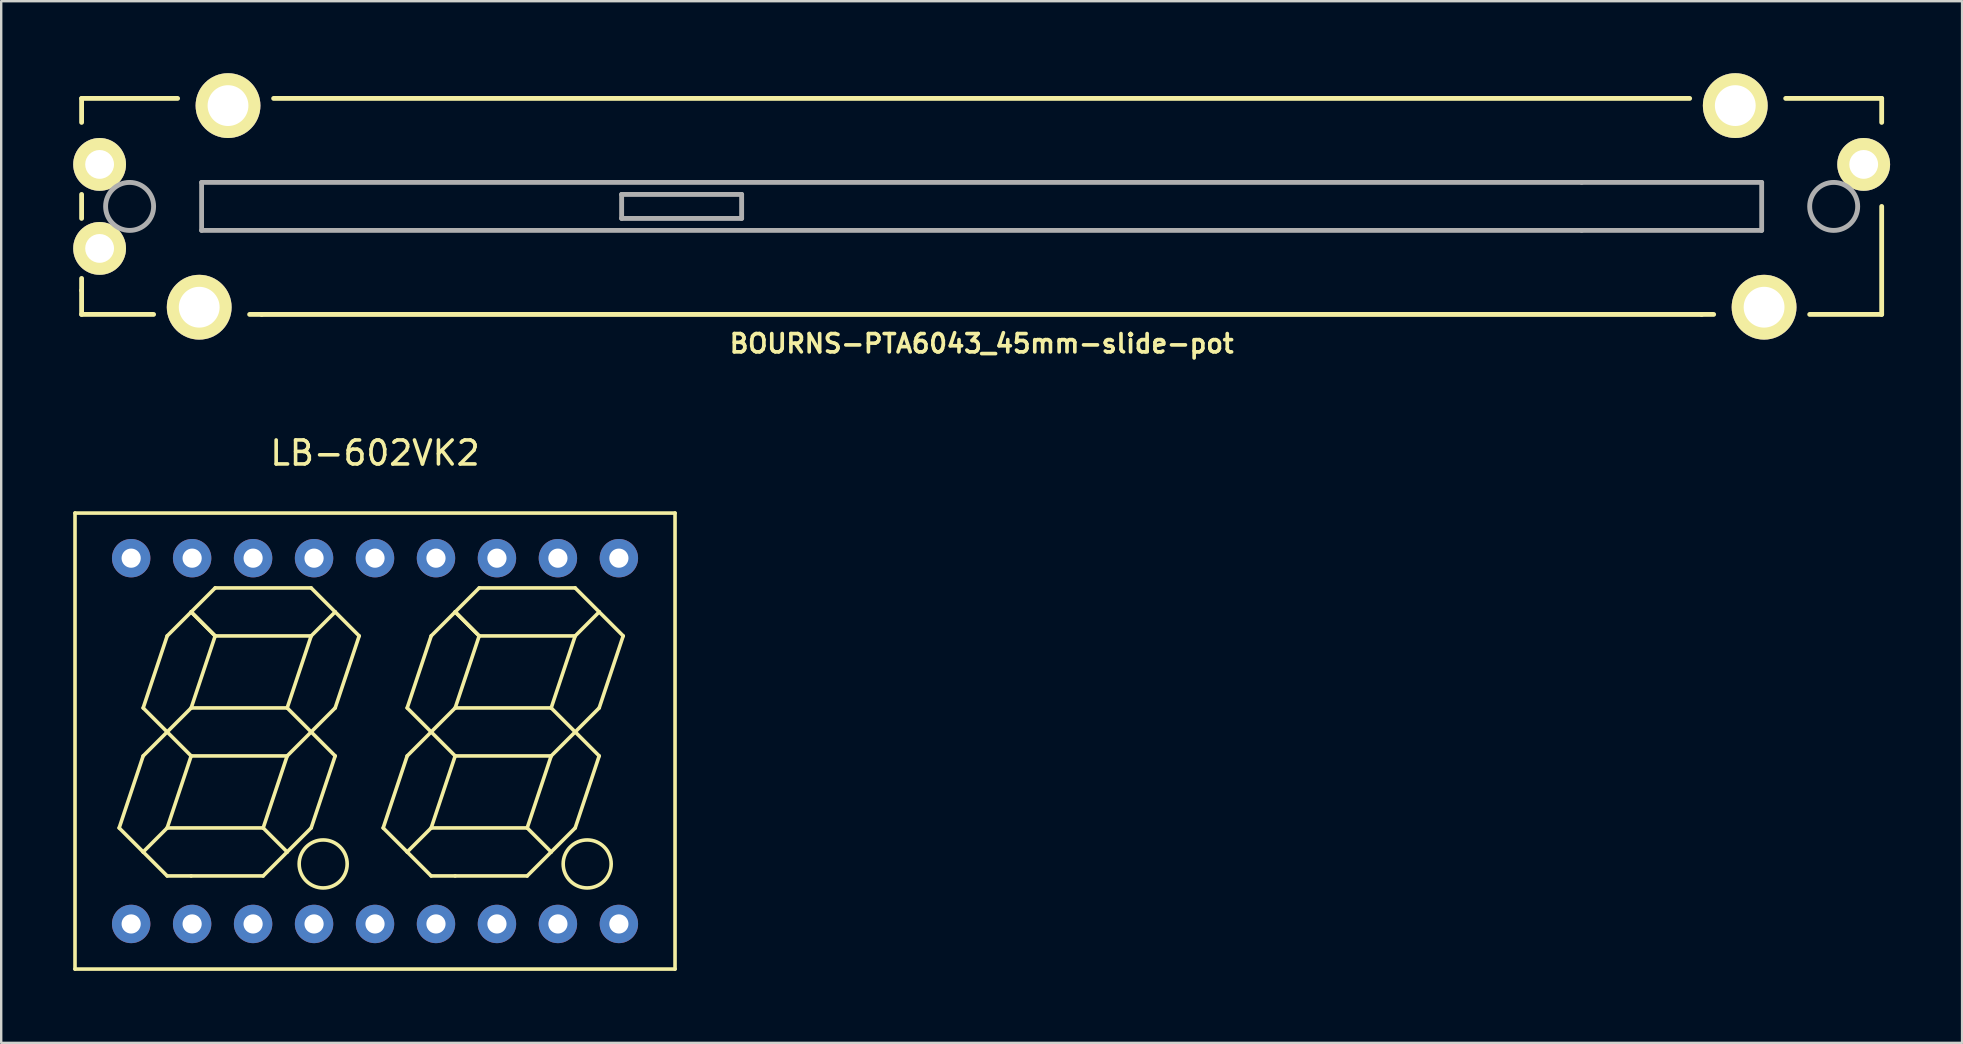
<source format=kicad_pcb>
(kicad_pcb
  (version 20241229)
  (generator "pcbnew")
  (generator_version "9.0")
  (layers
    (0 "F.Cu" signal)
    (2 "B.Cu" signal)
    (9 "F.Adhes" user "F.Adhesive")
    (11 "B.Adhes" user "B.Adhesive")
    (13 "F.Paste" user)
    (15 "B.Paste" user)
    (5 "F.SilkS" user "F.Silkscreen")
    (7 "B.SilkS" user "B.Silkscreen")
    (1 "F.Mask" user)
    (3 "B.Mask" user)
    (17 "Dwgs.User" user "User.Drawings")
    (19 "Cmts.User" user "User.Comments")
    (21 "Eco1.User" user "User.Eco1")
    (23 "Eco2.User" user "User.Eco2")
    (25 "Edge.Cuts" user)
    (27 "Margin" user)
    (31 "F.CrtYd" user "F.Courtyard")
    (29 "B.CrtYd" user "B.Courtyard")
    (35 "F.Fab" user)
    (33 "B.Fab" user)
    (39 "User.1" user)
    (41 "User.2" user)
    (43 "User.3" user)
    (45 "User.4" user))
  (footprint "LB-602VK2"
    (layer "F.Cu")
    (at 12.575 27.826)
    (property "Reference" "LB-602VK2" (at 0 -12 0) (layer "F.SilkS") (effects (font (size 1 1) (thickness 0.15))))
    (attr through_hole)
    (fp_line (start -12.5 -9.5) (end -12.5 9.5) (stroke (width 0.15) (type solid)) (layer "F.SilkS"))
    (fp_line (start -12.5 9.5) (end 12.5 9.5) (stroke (width 0.15) (type solid)) (layer "F.SilkS"))
    (fp_line (start -10.66 3.62) (end -9.66 0.62) (stroke (width 0.15) (type solid)) (layer "F.SilkS"))
    (fp_line (start -9.66 -1.38) (end -8.66 -4.38) (stroke (width 0.15) (type solid)) (layer "F.SilkS"))
    (fp_line (start -9.66 0.62) (end -8.66 -0.38) (stroke (width 0.15) (type solid)) (layer "F.SilkS"))
    (fp_line (start -9.66 4.62) (end -10.66 3.62) (stroke (width 0.15) (type solid)) (layer "F.SilkS"))
    (fp_line (start -9.66 4.62) (end -8.66 3.62) (stroke (width 0.15) (type solid)) (layer "F.SilkS"))
    (fp_line (start -8.66 -4.38) (end -7.66 -5.38) (stroke (width 0.15) (type solid)) (layer "F.SilkS"))
    (fp_line (start -8.66 -0.38) (end -9.66 -1.38) (stroke (width 0.15) (type solid)) (layer "F.SilkS"))
    (fp_line (start -8.66 -0.38) (end -7.66 0.62) (stroke (width 0.15) (type solid)) (layer "F.SilkS"))
    (fp_line (start -8.66 3.62) (end -4.66 3.62) (stroke (width 0.15) (type solid)) (layer "F.SilkS"))
    (fp_line (start -8.66 5.62) (end -9.66 4.62) (stroke (width 0.15) (type solid)) (layer "F.SilkS"))
    (fp_line (start -7.66 -5.38) (end -6.66 -4.38) (stroke (width 0.15) (type solid)) (layer "F.SilkS"))
    (fp_line (start -7.66 -5.38) (end -6.66 -4.38) (stroke (width 0.15) (type solid)) (layer "F.SilkS"))
    (fp_line (start -7.66 -1.38) (end -8.66 -0.38) (stroke (width 0.15) (type solid)) (layer "F.SilkS"))
    (fp_line (start -7.66 -1.38) (end -3.66 -1.38) (stroke (width 0.15) (type solid)) (layer "F.SilkS"))
    (fp_line (start -7.66 0.62) (end -8.66 3.62) (stroke (width 0.15) (type solid)) (layer "F.SilkS"))
    (fp_line (start -7.66 5.62) (end -8.66 5.62) (stroke (width 0.15) (type solid)) (layer "F.SilkS"))
    (fp_line (start -6.66 -6.38) (end -7.66 -5.38) (stroke (width 0.15) (type solid)) (layer "F.SilkS"))
    (fp_line (start -6.66 -4.38) (end -7.66 -1.38) (stroke (width 0.15) (type solid)) (layer "F.SilkS"))
    (fp_line (start -6.66 -4.38) (end -2.66 -4.38) (stroke (width 0.15) (type solid)) (layer "F.SilkS"))
    (fp_line (start -4.66 3.62) (end -3.66 4.62) (stroke (width 0.15) (type solid)) (layer "F.SilkS"))
    (fp_line (start -4.66 5.62) (end -7.66 5.62) (stroke (width 0.15) (type solid)) (layer "F.SilkS"))
    (fp_line (start -3.66 -1.38) (end -2.66 -4.38) (stroke (width 0.15) (type solid)) (layer "F.SilkS"))
    (fp_line (start -3.66 0.62) (end -7.66 0.62) (stroke (width 0.15) (type solid)) (layer "F.SilkS"))
    (fp_line (start -3.66 0.62) (end -4.66 3.62) (stroke (width 0.15) (type solid)) (layer "F.SilkS"))
    (fp_line (start -3.66 4.62) (end -4.66 5.62) (stroke (width 0.15) (type solid)) (layer "F.SilkS"))
    (fp_line (start -3.66 4.62) (end -2.66 3.62) (stroke (width 0.15) (type solid)) (layer "F.SilkS"))
    (fp_line (start -2.66 -6.38) (end -6.66 -6.38) (stroke (width 0.15) (type solid)) (layer "F.SilkS"))
    (fp_line (start -2.66 -4.38) (end -1.66 -5.38) (stroke (width 0.15) (type solid)) (layer "F.SilkS"))
    (fp_line (start -2.66 -0.38) (end -3.66 -1.38) (stroke (width 0.15) (type solid)) (layer "F.SilkS"))
    (fp_line (start -2.66 -0.38) (end -3.66 0.62) (stroke (width 0.15) (type solid)) (layer "F.SilkS"))
    (fp_line (start -2.66 3.62) (end -1.66 0.62) (stroke (width 0.15) (type solid)) (layer "F.SilkS"))
    (fp_line (start -1.66 -5.38) (end -2.66 -6.38) (stroke (width 0.15) (type solid)) (layer "F.SilkS"))
    (fp_line (start -1.66 -5.38) (end -0.66 -4.38) (stroke (width 0.15) (type solid)) (layer "F.SilkS"))
    (fp_line (start -1.66 -1.38) (end -2.66 -0.38) (stroke (width 0.15) (type solid)) (layer "F.SilkS"))
    (fp_line (start -1.66 0.62) (end -2.66 -0.38) (stroke (width 0.15) (type solid)) (layer "F.SilkS"))
    (fp_line (start -0.66 -4.38) (end -1.66 -1.38) (stroke (width 0.15) (type solid)) (layer "F.SilkS"))
    (fp_line (start 0.34 3.62) (end 1.34 0.62) (stroke (width 0.15) (type solid)) (layer "F.SilkS"))
    (fp_line (start 1.34 -1.38) (end 2.34 -4.38) (stroke (width 0.15) (type solid)) (layer "F.SilkS"))
    (fp_line (start 1.34 0.62) (end 2.34 -0.38) (stroke (width 0.15) (type solid)) (layer "F.SilkS"))
    (fp_line (start 1.34 4.62) (end 0.34 3.62) (stroke (width 0.15) (type solid)) (layer "F.SilkS"))
    (fp_line (start 1.34 4.62) (end 2.34 3.62) (stroke (width 0.15) (type solid)) (layer "F.SilkS"))
    (fp_line (start 2.34 -4.38) (end 3.34 -5.38) (stroke (width 0.15) (type solid)) (layer "F.SilkS"))
    (fp_line (start 2.34 -0.38) (end 1.34 -1.38) (stroke (width 0.15) (type solid)) (layer "F.SilkS"))
    (fp_line (start 2.34 -0.38) (end 3.34 0.62) (stroke (width 0.15) (type solid)) (layer "F.SilkS"))
    (fp_line (start 2.34 3.62) (end 6.34 3.62) (stroke (width 0.15) (type solid)) (layer "F.SilkS"))
    (fp_line (start 2.34 5.62) (end 1.34 4.62) (stroke (width 0.15) (type solid)) (layer "F.SilkS"))
    (fp_line (start 3.34 -5.38) (end 4.34 -4.38) (stroke (width 0.15) (type solid)) (layer "F.SilkS"))
    (fp_line (start 3.34 -5.38) (end 4.34 -4.38) (stroke (width 0.15) (type solid)) (layer "F.SilkS"))
    (fp_line (start 3.34 -1.38) (end 2.34 -0.38) (stroke (width 0.15) (type solid)) (layer "F.SilkS"))
    (fp_line (start 3.34 -1.38) (end 7.34 -1.38) (stroke (width 0.15) (type solid)) (layer "F.SilkS"))
    (fp_line (start 3.34 0.62) (end 2.34 3.62) (stroke (width 0.15) (type solid)) (layer "F.SilkS"))
    (fp_line (start 3.34 5.62) (end 2.34 5.62) (stroke (width 0.15) (type solid)) (layer "F.SilkS"))
    (fp_line (start 4.34 -6.38) (end 3.34 -5.38) (stroke (width 0.15) (type solid)) (layer "F.SilkS"))
    (fp_line (start 4.34 -4.38) (end 3.34 -1.38) (stroke (width 0.15) (type solid)) (layer "F.SilkS"))
    (fp_line (start 4.34 -4.38) (end 8.34 -4.38) (stroke (width 0.15) (type solid)) (layer "F.SilkS"))
    (fp_line (start 6.34 3.62) (end 7.34 4.62) (stroke (width 0.15) (type solid)) (layer "F.SilkS"))
    (fp_line (start 6.34 5.62) (end 3.34 5.62) (stroke (width 0.15) (type solid)) (layer "F.SilkS"))
    (fp_line (start 7.34 -1.38) (end 8.34 -4.38) (stroke (width 0.15) (type solid)) (layer "F.SilkS"))
    (fp_line (start 7.34 0.62) (end 3.34 0.62) (stroke (width 0.15) (type solid)) (layer "F.SilkS"))
    (fp_line (start 7.34 0.62) (end 6.34 3.62) (stroke (width 0.15) (type solid)) (layer "F.SilkS"))
    (fp_line (start 7.34 4.62) (end 6.34 5.62) (stroke (width 0.15) (type solid)) (layer "F.SilkS"))
    (fp_line (start 7.34 4.62) (end 8.34 3.62) (stroke (width 0.15) (type solid)) (layer "F.SilkS"))
    (fp_line (start 8.34 -6.38) (end 4.34 -6.38) (stroke (width 0.15) (type solid)) (layer "F.SilkS"))
    (fp_line (start 8.34 -4.38) (end 9.34 -5.38) (stroke (width 0.15) (type solid)) (layer "F.SilkS"))
    (fp_line (start 8.34 -0.38) (end 7.34 -1.38) (stroke (width 0.15) (type solid)) (layer "F.SilkS"))
    (fp_line (start 8.34 -0.38) (end 7.34 0.62) (stroke (width 0.15) (type solid)) (layer "F.SilkS"))
    (fp_line (start 8.34 3.62) (end 9.34 0.62) (stroke (width 0.15) (type solid)) (layer "F.SilkS"))
    (fp_line (start 9.34 -5.38) (end 8.34 -6.38) (stroke (width 0.15) (type solid)) (layer "F.SilkS"))
    (fp_line (start 9.34 -5.38) (end 10.34 -4.38) (stroke (width 0.15) (type solid)) (layer "F.SilkS"))
    (fp_line (start 9.34 -1.38) (end 8.34 -0.38) (stroke (width 0.15) (type solid)) (layer "F.SilkS"))
    (fp_line (start 9.34 0.62) (end 8.34 -0.38) (stroke (width 0.15) (type solid)) (layer "F.SilkS"))
    (fp_line (start 10.34 -4.38) (end 9.34 -1.38) (stroke (width 0.15) (type solid)) (layer "F.SilkS"))
    (fp_line (start 12.5 -9.5) (end -12.5 -9.5) (stroke (width 0.15) (type solid)) (layer "F.SilkS"))
    (fp_line (start 12.5 9.5) (end 12.5 -9.5) (stroke (width 0.15) (type solid)) (layer "F.SilkS"))
    (fp_circle (center -2.16 5.12) (end -1.16 5.12) (stroke (width 0.15) (type solid)) (fill no) (layer "F.SilkS"))
    (fp_circle (center 8.84 5.12) (end 9.84 5.12) (stroke (width 0.15) (type solid)) (fill no) (layer "F.SilkS"))
    (pad "1" thru_hole circle (at -10.16 7.62) (size 1.6 1.6) (drill 0.8) (layers "*.Cu" "*.Mask"))
    (pad "2" thru_hole circle (at -7.62 7.62) (size 1.6 1.6) (drill 0.8) (layers "*.Cu" "*.Mask"))
    (pad "3" thru_hole circle (at -5.08 7.62) (size 1.6 1.6) (drill 0.8) (layers "*.Cu" "*.Mask"))
    (pad "4" thru_hole circle (at -2.54 7.62) (size 1.6 1.6) (drill 0.8) (layers "*.Cu" "*.Mask"))
    (pad "5" thru_hole circle (at 0 7.62) (size 1.6 1.6) (drill 0.8) (layers "*.Cu" "*.Mask"))
    (pad "6" thru_hole circle (at 2.54 7.62) (size 1.6 1.6) (drill 0.8) (layers "*.Cu" "*.Mask"))
    (pad "7" thru_hole circle (at 5.08 7.62) (size 1.6 1.6) (drill 0.8) (layers "*.Cu" "*.Mask"))
    (pad "8" thru_hole circle (at 7.62 7.62) (size 1.6 1.6) (drill 0.8) (layers "*.Cu" "*.Mask"))
    (pad "9" thru_hole circle (at 10.16 7.62) (size 1.6 1.6) (drill 0.8) (layers "*.Cu" "*.Mask"))
    (pad "10" thru_hole circle (at 10.16 -7.62) (size 1.6 1.6) (drill 0.8) (layers "*.Cu" "*.Mask"))
    (pad "11" thru_hole circle (at 7.62 -7.62) (size 1.6 1.6) (drill 0.8) (layers "*.Cu" "*.Mask"))
    (pad "12" thru_hole circle (at 5.08 -7.62) (size 1.6 1.6) (drill 0.8) (layers "*.Cu" "*.Mask"))
    (pad "13" thru_hole circle (at 2.54 -7.62) (size 1.6 1.6) (drill 0.8) (layers "*.Cu" "*.Mask"))
    (pad "14" thru_hole circle (at 0 -7.62) (size 1.6 1.6) (drill 0.8) (layers "*.Cu" "*.Mask"))
    (pad "15" thru_hole circle (at -2.54 -7.62) (size 1.6 1.6) (drill 0.8) (layers "*.Cu" "*.Mask"))
    (pad "16" thru_hole circle (at -5.08 -7.62) (size 1.6 1.6) (drill 0.8) (layers "*.Cu" "*.Mask"))
    (pad "17" thru_hole circle (at -7.62 -7.62) (size 1.6 1.6) (drill 0.8) (layers "*.Cu" "*.Mask"))
    (pad "18" thru_hole circle (at -10.16 -7.62) (size 1.6 1.6) (drill 0.8) (layers "*.Cu" "*.Mask")))
  (footprint "BOURNS-PTA6043_45mm-slide-pot"
    (layer "F.Cu")
    (at 37.85 5.55)
    (property "Reference" "BOURNS-PTA6043_45mm-slide-pot" (at 0 5.715 0) (layer "F.SilkS") (effects (font (size 0.762 0.762) (thickness 0.152))))
    (attr through_hole)
    (fp_line (start -37.5 -3.5) (end -37.5 -4.5) (stroke (width 0.2) (type solid)) (layer "F.SilkS"))
    (fp_line (start -37.5 0.5) (end -37.5 -0.5) (stroke (width 0.2) (type solid)) (layer "F.SilkS"))
    (fp_line (start -37.5 3.5) (end -37.5 3) (stroke (width 0.2) (type solid)) (layer "F.SilkS"))
    (fp_line (start -37.5 4.5) (end -37.5 3.5) (stroke (width 0.2) (type solid)) (layer "F.SilkS"))
    (fp_line (start -34.5 4.5) (end -37.5 4.5) (stroke (width 0.2) (type solid)) (layer "F.SilkS"))
    (fp_line (start -33.5 -4.5) (end -37.5 -4.5) (stroke (width 0.2) (type solid)) (layer "F.SilkS"))
    (fp_line (start -30 4.5) (end -30.5 4.5) (stroke (width 0.2) (type solid)) (layer "F.SilkS"))
    (fp_line (start -30 4.5) (end 30 4.5) (stroke (width 0.203) (type solid)) (layer "F.SilkS"))
    (fp_line (start 29.5 -4.5) (end -29.5 -4.5) (stroke (width 0.2) (type solid)) (layer "F.SilkS"))
    (fp_line (start 30 4.5) (end 30.5 4.5) (stroke (width 0.2) (type solid)) (layer "F.SilkS"))
    (fp_line (start 37.5 -4.5) (end 33.5 -4.5) (stroke (width 0.2) (type solid)) (layer "F.SilkS"))
    (fp_line (start 37.5 -3.5) (end 37.5 -4.5) (stroke (width 0.2) (type solid)) (layer "F.SilkS"))
    (fp_line (start 37.5 4.5) (end 34.5 4.5) (stroke (width 0.2) (type solid)) (layer "F.SilkS"))
    (fp_line (start 37.5 4.5) (end 37.5 0) (stroke (width 0.2) (type solid)) (layer "F.SilkS"))
    (fp_line (start -32.5 1) (end -32.5 -1) (stroke (width 0.2) (type solid)) (layer "F.Fab"))
    (fp_line (start -32.5 1) (end 25 1) (stroke (width 0.2) (type solid)) (layer "F.Fab"))
    (fp_line (start -15 -0.5) (end -15 0.5) (stroke (width 0.203) (type solid)) (layer "F.Fab"))
    (fp_line (start -15 0.5) (end -10 0.5) (stroke (width 0.203) (type solid)) (layer "F.Fab"))
    (fp_line (start -10 -0.5) (end -15 -0.5) (stroke (width 0.203) (type solid)) (layer "F.Fab"))
    (fp_line (start -10 0.5) (end -10 -0.5) (stroke (width 0.203) (type solid)) (layer "F.Fab"))
    (fp_line (start 25 -1) (end -32.5 -1) (stroke (width 0.2) (type solid)) (layer "F.Fab"))
    (fp_line (start 25 -1) (end 32.5 -1) (stroke (width 0.2) (type solid)) (layer "F.Fab"))
    (fp_line (start 25 1) (end 32.5 1) (stroke (width 0.2) (type solid)) (layer "F.Fab"))
    (fp_line (start 32.5 1) (end 32.5 -1) (stroke (width 0.2) (type solid)) (layer "F.Fab"))
    (fp_circle (center -35.5 0) (end -34.5 0) (stroke (width 0.203) (type solid)) (fill no) (layer "F.Fab"))
    (fp_circle (center 35.5 0) (end 34.5 0) (stroke (width 0.203) (type solid)) (fill no) (layer "F.Fab"))
    (pad "" thru_hole circle (at -32.6 4.2) (size 2.7 2.7) (drill 1.7) (layers "*.Cu" "*.Mask" "F.SilkS"))
    (pad "" thru_hole circle (at -31.4 -4.2) (size 2.7 2.7) (drill 1.7) (layers "*.Cu" "*.Mask" "F.SilkS"))
    (pad "" thru_hole circle (at 31.4 -4.2) (size 2.7 2.7) (drill 1.7) (layers "*.Cu" "*.Mask" "F.SilkS"))
    (pad "" thru_hole circle (at 32.6 4.2) (size 2.7 2.7) (drill 1.7) (layers "*.Cu" "*.Mask" "F.SilkS"))
    (pad "1" thru_hole circle (at -36.75 -1.75) (size 2.2 2.2) (drill 1.2) (layers "*.Cu" "*.Mask" "F.SilkS"))
    (pad "2" thru_hole circle (at -36.75 1.75) (size 2.2 2.2) (drill 1.2) (layers "*.Cu" "*.Mask" "F.SilkS"))
    (pad "3" thru_hole circle (at 36.75 -1.75) (size 2.2 2.2) (drill 1.2) (layers "*.Cu" "*.Mask" "F.SilkS")))
  (gr_rect
    (start -3 -3)
    (end 78.7 40.401)
    (stroke (width 0.1) (type default))
    (fill no)
    (layer "Edge.Cuts")))
</source>
